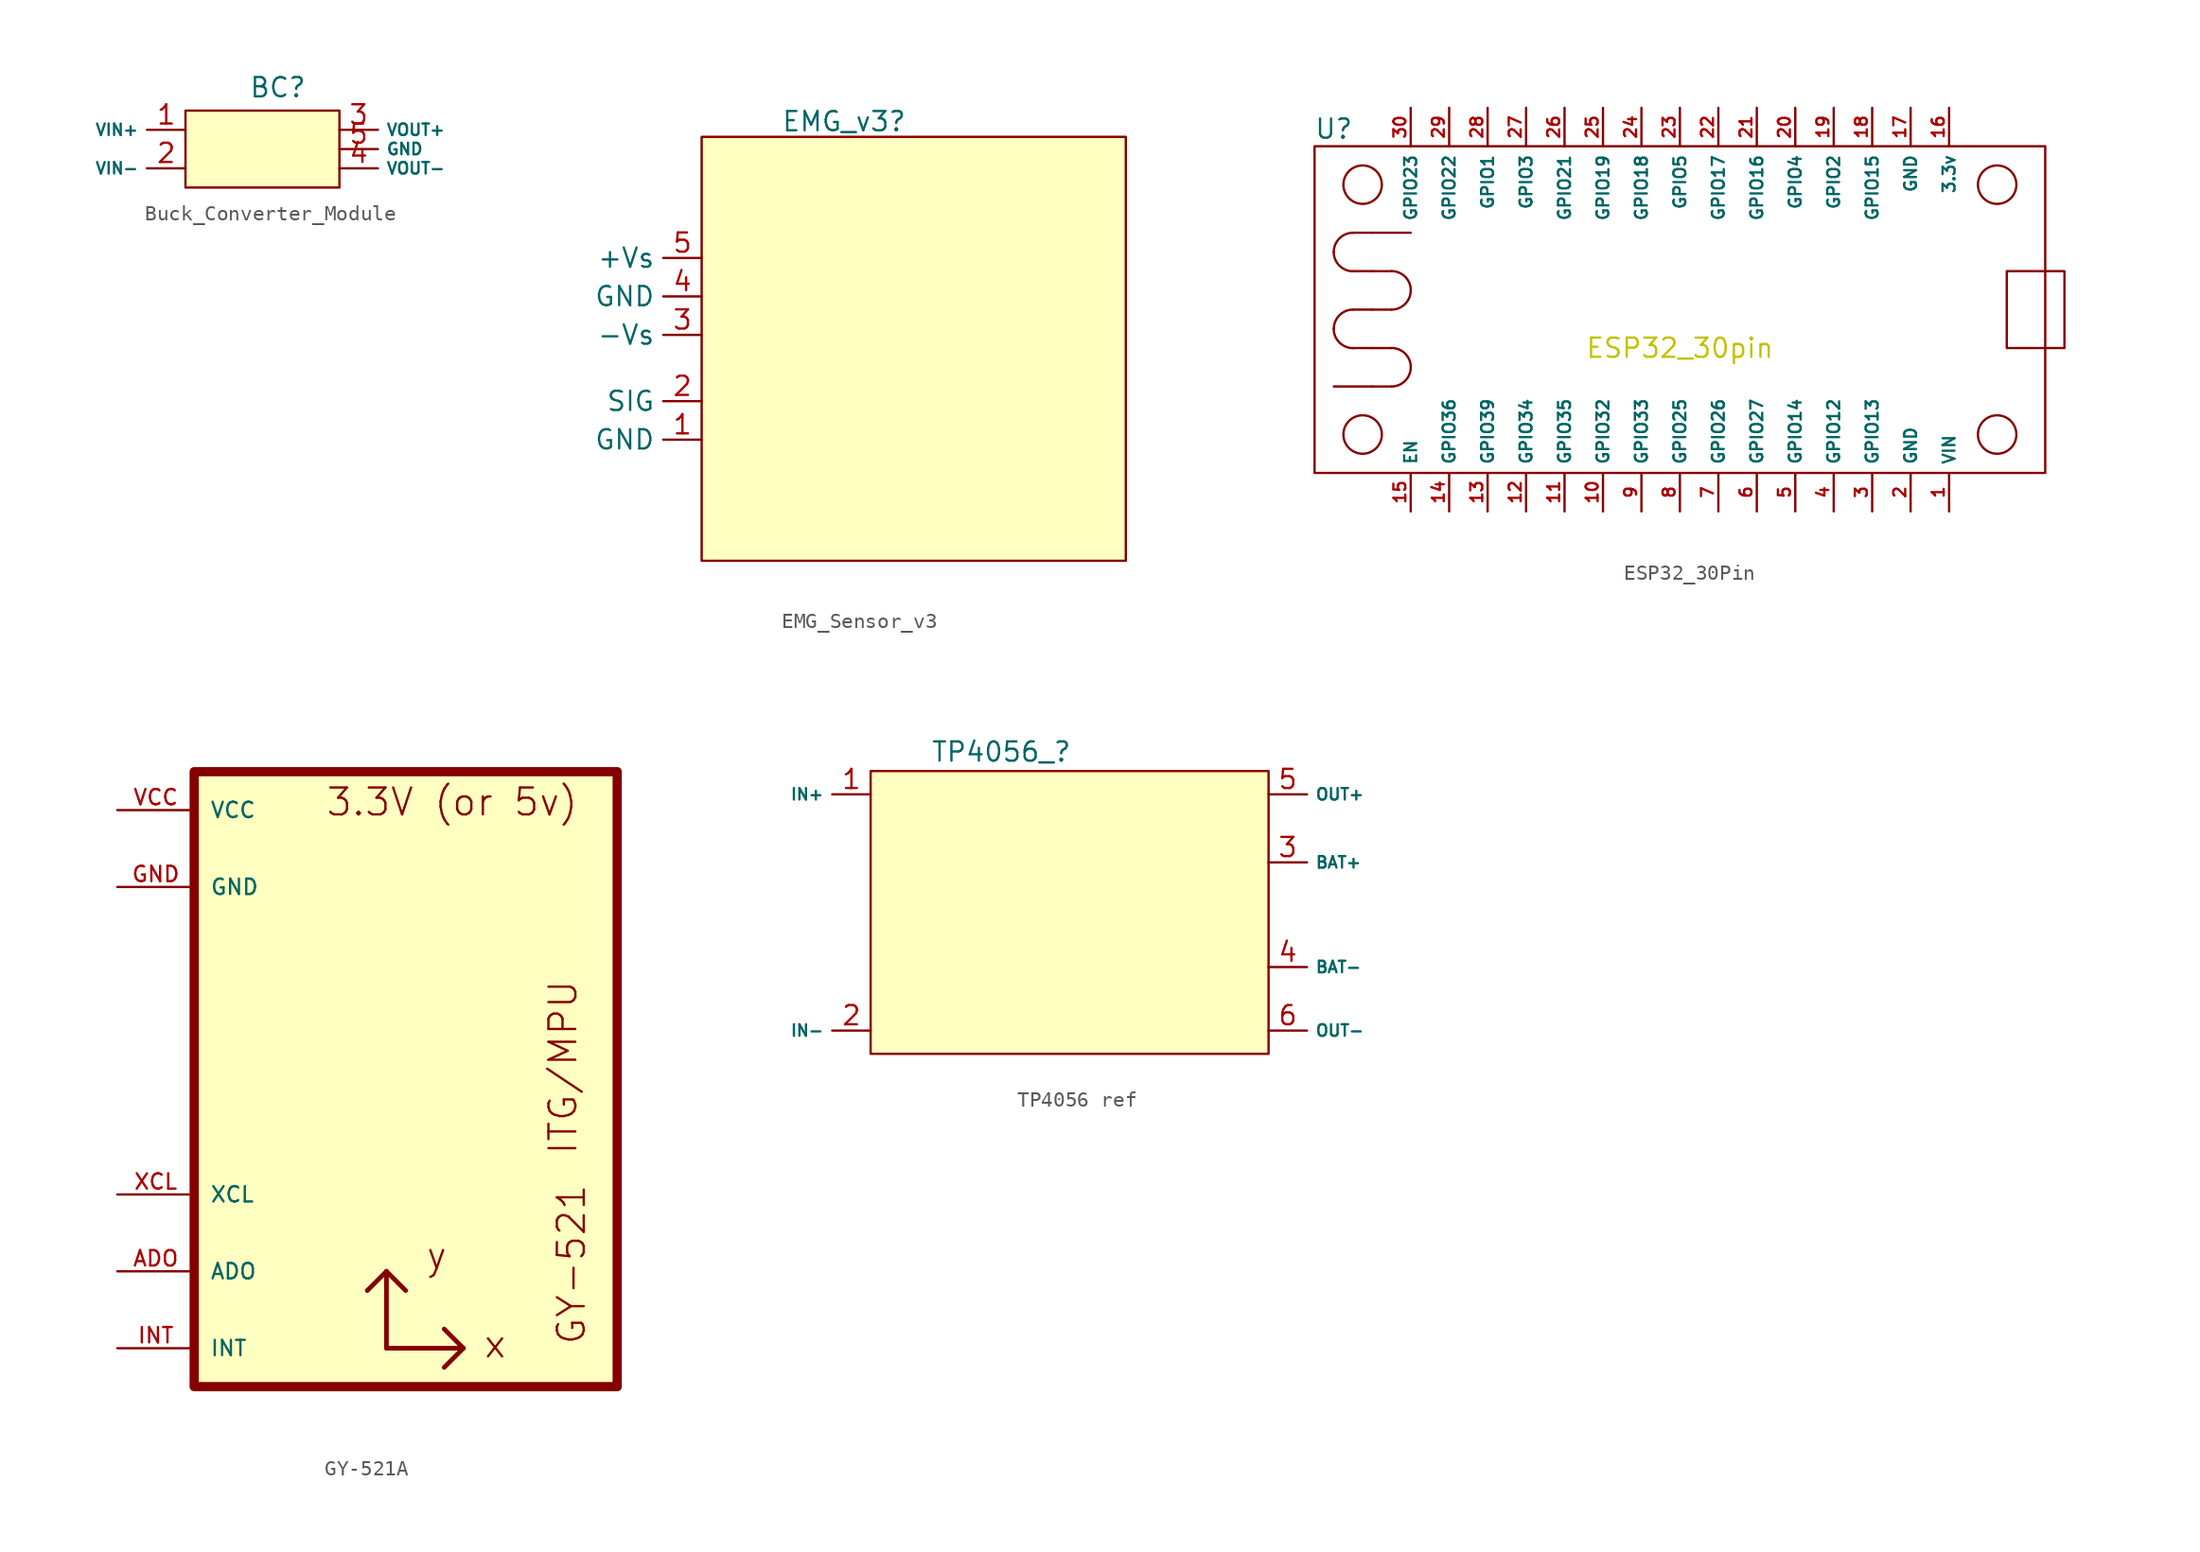
<source format=kicad_sym>
(kicad_symbol_lib
  (version 20241209)
  (generator "kicad_symbol_editor")
  (generator_version "9.0")
  (symbol "Buck_Converter_Module"
    (property "Reference" "BC"
      (at 6.096 1.524 0)
      (do_not_autoplace)
      (effects (font (size 1.27 1.27))))
    (property "Value" ""
      (at 0 0 0)
      (effects (font (size 1.27 1.27))))
    (symbol "Buck_Converter_Module_1_1"
      (rectangle (start 0 0) (end 10.16 -5.08) (stroke (width 0) (type solid)) (fill (type background)))
      (pin power_in line (at 0 -1.27 180) (length 2.54) (name "VIN+" (effects (font (size 0.762 0.762)))) (number "1" (effects (font (size 1.27 1.27)))))
      (pin power_in line (at 0 -3.81 180) (length 2.54) (name "VIN-" (effects (font (size 0.762 0.762)))) (number "2" (effects (font (size 1.27 1.27)))))
      (pin power_out line (at 10.16 -1.27 0) (length 2.54) (name "VOUT+" (effects (font (size 0.762 0.762)))) (number "3" (effects (font (size 1.27 1.27)))))
      (pin power_out line (at 10.16 -2.54 0) (length 2.54) (name "GND" (effects (font (size 0.762 0.762)))) (number "5" (effects (font (size 1.27 1.27)))))
      (pin power_out line (at 10.16 -3.81 0) (length 2.54) (name "VOUT-" (effects (font (size 0.762 0.762)))) (number "4" (effects (font (size 1.27 1.27)))))))
  (symbol "EMG_Sensor_v3"
    (property "Reference" "EMG_v3"
      (at 9.398 1.016 0)
      (do_not_autoplace)
      (effects (font (size 1.27 1.27))))
    (property "Value" ""
      (at 0 0 0)
      (effects (font (size 1.27 1.27))))
    (symbol "EMG_Sensor_v3_1_1"
      (rectangle (start 0 0) (end 28 -28) (stroke (width 0) (type solid)) (fill (type color) (color 255 255 194 1)))
      (pin power_in line (at 0 -8 180) (length 2.54) (name "+Vs" (effects (font (size 1.27 1.27)))) (number "5" (effects (font (size 1.27 1.27)))))
      (pin power_in line (at 0 -10.54 180) (length 2.54) (name "GND" (effects (font (size 1.27 1.27)))) (number "4" (effects (font (size 1.27 1.27)))))
      (pin power_in line (at 0 -13.08 180) (length 2.54) (name "-Vs" (effects (font (size 1.27 1.27)))) (number "3" (effects (font (size 1.27 1.27)))))
      (pin output line (at 0 -17.46 180) (length 2.54) (name "SIG" (effects (font (size 1.27 1.27)))) (number "2" (effects (font (size 1.27 1.27)))))
      (pin power_in line (at 0 -20 180) (length 2.54) (name "GND" (effects (font (size 1.27 1.27)))) (number "1" (effects (font (size 1.27 1.27)))))))
  (symbol "ESP32_30Pin"
    (property "Reference" "U"
      (at -22.86 11.938 0)
      (effects (font (size 1.27 1.27))))
    (property "Value" ""
      (at 0 0 0)
      (effects (font (size 1.27 1.27))))
    (property "Footprint" "ESP32_30pin"
      (at 0 -2.54 0)
      (effects (font (size 1.27 1.27) (color 194 194 0 1))))
    (symbol "ESP32_30Pin_0_1"
      (rectangle (start -24.13 10.795) (end 24.13 -10.795) (stroke (width 0) (type default)) (fill (type none)))
      (polyline (pts (xy -21.59 5.08) (xy -20.32 5.08)) (stroke (width 0) (type default)) (fill (type none)))
      (polyline (pts (xy -21.59 2.54) (xy -20.32 2.54)) (stroke (width 0) (type default)) (fill (type none)))
      (polyline (pts (xy -21.59 0) (xy -20.32 0)) (stroke (width 0) (type default)) (fill (type none)))
      (polyline (pts (xy -21.59 -2.54) (xy -20.32 -2.54)) (stroke (width 0) (type default)) (fill (type none)))
      (arc (start -21.5975 2.5325) (mid -22.4933 2.9067) (end -22.8675 3.8025) (stroke (width 0) (type default)) (fill (type none)))
      (arc (start -21.5975 -2.5475) (mid -22.4933 -2.1733) (end -22.8675 -1.2775) (stroke (width 0) (type default)) (fill (type none)))
      (arc (start -22.86 3.81) (mid -22.4873 4.7073) (end -21.59 5.08) (stroke (width 0) (type default)) (fill (type none)))
      (arc (start -22.86 -1.27) (mid -22.4873 -0.3727) (end -21.59 0) (stroke (width 0) (type default)) (fill (type none)))
      (circle (center -20.955 8.255) (radius 1.27) (stroke (width 0) (type default)) (fill (type none)))
      (circle (center -20.955 -8.255) (radius 1.27) (stroke (width 0) (type default)) (fill (type none)))
      (polyline (pts (xy -20.32 5.08) (xy -17.78 5.08)) (stroke (width 0) (type default)) (fill (type none)))
      (polyline (pts (xy -20.32 -5.08) (xy -22.86 -5.08)) (stroke (width 0) (type default)) (fill (type none)))
      (arc (start -17.7775 1.2675) (mid -18.1502 0.3702) (end -19.0475 -0.0025) (stroke (width 0) (type default)) (fill (type none)))
      (arc (start -17.7775 -3.8125) (mid -18.1502 -4.7098) (end -19.0475 -5.0825) (stroke (width 0) (type default)) (fill (type none)))
      (arc (start -19.04 2.545) (mid -18.1442 2.1708) (end -17.77 1.275) (stroke (width 0) (type default)) (fill (type none)))
      (arc (start -19.04 -2.535) (mid -18.1442 -2.9092) (end -17.77 -3.805) (stroke (width 0) (type default)) (fill (type none)))
      (polyline (pts (xy -19.047 2.538) (xy -20.317 2.538)) (stroke (width 0) (type default)) (fill (type none)))
      (polyline (pts (xy -19.047 -0.003) (xy -20.317 -0.003)) (stroke (width 0) (type default)) (fill (type none)))
      (polyline (pts (xy -19.047 -2.542) (xy -20.317 -2.542)) (stroke (width 0) (type default)) (fill (type none)))
      (polyline (pts (xy -19.047 -5.082) (xy -20.317 -5.082)) (stroke (width 0) (type default)) (fill (type none)))
      (circle (center 20.955 8.255) (radius 1.27) (stroke (width 0) (type default)) (fill (type none)))
      (circle (center 20.955 -8.255) (radius 1.27) (stroke (width 0) (type default)) (fill (type none)))
      (rectangle (start 21.59 2.54) (end 25.4 -2.54) (stroke (width 0) (type default)) (fill (type none))))
    (symbol "ESP32_30Pin_1_1"
      (pin bidirectional line (at -17.78 13.335 270) (length 2.54) (name "GPIO23" (effects (font (size 0.787 0.787)))) (number "30" (effects (font (size 0.787 0.787)))))
      (pin bidirectional line (at -17.78 -13.335 90) (length 2.54) (name "EN" (effects (font (size 0.787 0.787)))) (number "15" (effects (font (size 0.787 0.787)))))
      (pin bidirectional line (at -15.24 13.335 270) (length 2.54) (name "GPIO22" (effects (font (size 0.787 0.787)))) (number "29" (effects (font (size 0.787 0.787)))))
      (pin bidirectional line (at -15.24 -13.335 90) (length 2.54) (name "GPIO36" (effects (font (size 0.787 0.787)))) (number "14" (effects (font (size 0.787 0.787)))))
      (pin bidirectional line (at -12.7 13.335 270) (length 2.54) (name "GPIO1" (effects (font (size 0.787 0.787)))) (number "28" (effects (font (size 0.787 0.787)))))
      (pin bidirectional line (at -12.7 -13.335 90) (length 2.54) (name "GPIO39" (effects (font (size 0.787 0.787)))) (number "13" (effects (font (size 0.787 0.787)))))
      (pin bidirectional line (at -10.16 13.335 270) (length 2.54) (name "GPIO3" (effects (font (size 0.787 0.787)))) (number "27" (effects (font (size 0.787 0.787)))))
      (pin bidirectional line (at -10.16 -13.335 90) (length 2.54) (name "GPIO34" (effects (font (size 0.787 0.787)))) (number "12" (effects (font (size 0.787 0.787)))))
      (pin bidirectional line (at -7.62 13.335 270) (length 2.54) (name "GPIO21" (effects (font (size 0.787 0.787)))) (number "26" (effects (font (size 0.787 0.787)))))
      (pin bidirectional line (at -7.62 -13.335 90) (length 2.54) (name "GPIO35" (effects (font (size 0.787 0.787)))) (number "11" (effects (font (size 0.787 0.787)))))
      (pin bidirectional line (at -5.08 13.335 270) (length 2.54) (name "GPIO19" (effects (font (size 0.787 0.787)))) (number "25" (effects (font (size 0.787 0.787)))))
      (pin bidirectional line (at -5.08 -13.335 90) (length 2.54) (name "GPIO32" (effects (font (size 0.787 0.787)))) (number "10" (effects (font (size 0.787 0.787)))))
      (pin bidirectional line (at -2.54 13.335 270) (length 2.54) (name "GPIO18" (effects (font (size 0.787 0.787)))) (number "24" (effects (font (size 0.787 0.787)))))
      (pin bidirectional line (at -2.54 -13.335 90) (length 2.54) (name "GPIO33" (effects (font (size 0.787 0.787)))) (number "9" (effects (font (size 0.787 0.787)))))
      (pin bidirectional line (at 0 13.335 270) (length 2.54) (name "GPIO5" (effects (font (size 0.787 0.787)))) (number "23" (effects (font (size 0.787 0.787)))))
      (pin bidirectional line (at 0 -13.335 90) (length 2.54) (name "GPIO25" (effects (font (size 0.787 0.787)))) (number "8" (effects (font (size 0.787 0.787)))))
      (pin bidirectional line (at 2.54 13.335 270) (length 2.54) (name "GPIO17" (effects (font (size 0.787 0.787)))) (number "22" (effects (font (size 0.787 0.787)))))
      (pin bidirectional line (at 2.54 -13.335 90) (length 2.54) (name "GPIO26" (effects (font (size 0.787 0.787)))) (number "7" (effects (font (size 0.787 0.787)))))
      (pin bidirectional line (at 5.08 13.335 270) (length 2.54) (name "GPIO16" (effects (font (size 0.787 0.787)))) (number "21" (effects (font (size 0.787 0.787)))))
      (pin bidirectional line (at 5.08 -13.335 90) (length 2.54) (name "GPIO27" (effects (font (size 0.787 0.787)))) (number "6" (effects (font (size 0.787 0.787)))))
      (pin bidirectional line (at 7.62 13.335 270) (length 2.54) (name "GPIO4" (effects (font (size 0.787 0.787)))) (number "20" (effects (font (size 0.787 0.787)))))
      (pin bidirectional line (at 7.62 -13.335 90) (length 2.54) (name "GPIO14" (effects (font (size 0.787 0.787)))) (number "5" (effects (font (size 0.787 0.787)))))
      (pin bidirectional line (at 10.16 13.335 270) (length 2.54) (name "GPIO2" (effects (font (size 0.787 0.787)))) (number "19" (effects (font (size 0.787 0.787)))))
      (pin bidirectional line (at 10.16 -13.335 90) (length 2.54) (name "GPIO12" (effects (font (size 0.787 0.787)))) (number "4" (effects (font (size 0.787 0.787)))))
      (pin bidirectional line (at 12.7 13.335 270) (length 2.54) (name "GPIO15" (effects (font (size 0.787 0.787)))) (number "18" (effects (font (size 0.787 0.787)))))
      (pin bidirectional line (at 12.7 -13.335 90) (length 2.54) (name "GPIO13" (effects (font (size 0.787 0.787)))) (number "3" (effects (font (size 0.787 0.787)))))
      (pin power_in line (at 15.24 13.335 270) (length 2.54) (name "GND" (effects (font (size 0.787 0.787)))) (number "17" (effects (font (size 0.787 0.787)))))
      (pin bidirectional line (at 15.24 -13.335 90) (length 2.54) (name "GND" (effects (font (size 0.787 0.787)))) (number "2" (effects (font (size 0.787 0.787)))))
      (pin output line (at 17.78 13.335 270) (length 2.54) (name "3.3v" (effects (font (size 0.787 0.787)))) (number "16" (effects (font (size 0.787 0.787)))))
      (pin power_out line (at 17.78 -13.335 90) (length 2.54) (name "VIN" (effects (font (size 0.787 0.787)))) (number "1" (effects (font (size 0.787 0.787)))))))
  (symbol "GY-521A"
    (pin_names
      (offset 1.016))
    (property "Reference" "U"
      (at 16.51 18.796 0)
      (effects (font (size 1.27 1.27) (color 0 210 19 1)) (justify bottom) (hide yes)))
    (symbol "GY-521A_0_0"
      (rectangle (start -10.16 17.78) (end 17.78 -22.86) (stroke (width 0.61) (type default)) (fill (type background)))
      (polyline (pts (xy 2.54 -15.24) (xy 1.27 -16.51)) (stroke (width 0.305) (type default)) (fill (type none)))
      (polyline (pts (xy 2.54 -15.24) (xy 3.81 -16.51)) (stroke (width 0.305) (type default)) (fill (type none)))
      (polyline (pts (xy 2.54 -20.32) (xy 2.54 -15.24)) (stroke (width 0.305) (type default)) (fill (type none)))
      (polyline (pts (xy 2.54 -20.32) (xy 7.62 -20.32)) (stroke (width 0.305) (type default)) (fill (type none)))
      (polyline (pts (xy 7.62 -20.32) (xy 6.35 -19.05)) (stroke (width 0.305) (type default)) (fill (type none)))
      (polyline (pts (xy 7.62 -20.32) (xy 6.35 -21.59)) (stroke (width 0.305) (type default)) (fill (type none)))
      (text "3.3V (or 5v)" (at -1.524 14.732 0) (effects (font (size 1.778 1.778)) (justify left bottom)))
      (text "y" (at 5.08 -15.24 0) (effects (font (size 1.778 1.778)) (justify left bottom)))
      (text "x" (at 8.89 -21.082 0) (effects (font (size 1.778 1.778)) (justify left bottom)))
      (text "GY-521" (at 13.716 -9.398 900) (effects (font (size 1.778 1.778)) (justify right top)))
      (text "ITG/MPU" (at 15.24 -7.62 900) (effects (font (size 1.778 1.778)) (justify left bottom)))
      (pin bidirectional line (at -15.24 15.24 0) (length 5.08) (name "VCC" (effects (font (size 1.016 1.016)))) (number "VCC" (effects (font (size 1.016 1.016)))))
      (pin bidirectional line (at -15.24 10.16 0) (length 5.08) (name "GND" (effects (font (size 1.016 1.016)))) (number "GND" (effects (font (size 1.016 1.016)))))
      (pin bidirectional line (at -15.24 -10.16 0) (length 5.08) (name "XCL" (effects (font (size 1.016 1.016)))) (number "XCL" (effects (font (size 1.016 1.016)))))
      (pin bidirectional line (at -15.24 -15.24 0) (length 5.08) (name "ADO" (effects (font (size 1.016 1.016)))) (number "ADO" (effects (font (size 1.016 1.016)))))
      (pin bidirectional line (at -15.24 -20.32 0) (length 5.08) (name "INT" (effects (font (size 1.016 1.016)))) (number "INT" (effects (font (size 1.016 1.016)))))))
  (symbol "TP4056 ref"
    (property "Reference" "TP4056_"
      (at 8.636 1.27 0)
      (effects (font (size 1.27 1.27))))
    (property "Value" ""
      (at 0 0 0)
      (effects (font (size 1.27 1.27))))
    (symbol "TP4056 ref_1_1"
      (rectangle (start 0 0) (end 26.3 -18.7) (stroke (width 0) (type solid)) (fill (type background)))
      (pin power_in line (at 0 -1.54 180) (length 2.54) (name "IN+" (effects (font (size 0.762 0.762)))) (number "1" (effects (font (size 1.27 1.27)))))
      (pin power_in line (at 0 -17.16 180) (length 2.54) (name "IN-" (effects (font (size 0.762 0.762)))) (number "2" (effects (font (size 1.27 1.27)))))
      (pin power_out line (at 26.3 -1.54 0) (length 2.54) (name "OUT+" (effects (font (size 0.762 0.762)))) (number "5" (effects (font (size 1.27 1.27)))))
      (pin power_out line (at 26.3 -6.04 0) (length 2.54) (name "BAT+" (effects (font (size 0.762 0.762)))) (number "3" (effects (font (size 1.27 1.27)))))
      (pin power_out line (at 26.3 -12.96 0) (length 2.54) (name "BAT-" (effects (font (size 0.762 0.762)))) (number "4" (effects (font (size 1.27 1.27)))))
      (pin power_out line (at 26.3 -17.16 0) (length 2.54) (name "OUT-" (effects (font (size 0.762 0.762)))) (number "6" (effects (font (size 1.27 1.27))))))))
</source>
